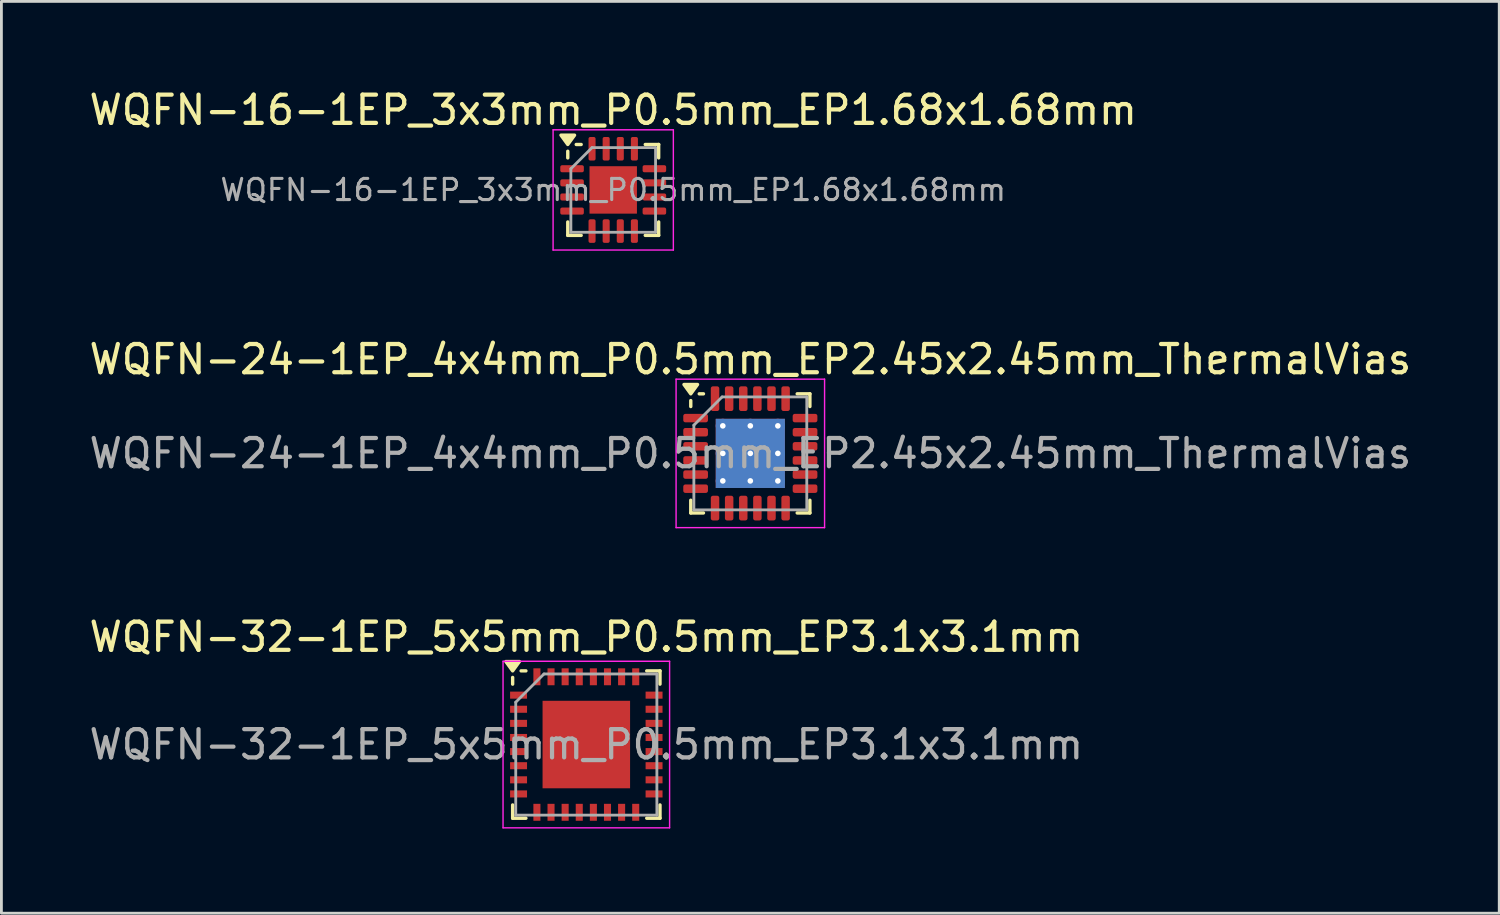
<source format=kicad_pcb>
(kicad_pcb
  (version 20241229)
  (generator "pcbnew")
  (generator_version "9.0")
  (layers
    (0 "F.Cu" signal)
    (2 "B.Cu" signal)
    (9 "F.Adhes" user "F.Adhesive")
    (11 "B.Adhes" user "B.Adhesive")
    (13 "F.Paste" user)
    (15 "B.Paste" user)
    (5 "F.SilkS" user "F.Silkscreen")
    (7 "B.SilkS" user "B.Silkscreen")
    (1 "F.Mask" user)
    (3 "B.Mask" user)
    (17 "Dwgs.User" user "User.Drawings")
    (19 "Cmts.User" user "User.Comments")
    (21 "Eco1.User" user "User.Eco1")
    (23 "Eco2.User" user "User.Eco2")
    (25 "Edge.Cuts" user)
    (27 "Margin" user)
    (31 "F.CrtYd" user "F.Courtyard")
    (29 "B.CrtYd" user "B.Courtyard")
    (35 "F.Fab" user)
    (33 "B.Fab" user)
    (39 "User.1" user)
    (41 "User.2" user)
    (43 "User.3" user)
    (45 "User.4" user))
  (footprint "WQFN-24-1EP_4x4mm_P0.5mm_EP2.45x2.45mm_ThermalVias"
    (layer "F.Cu")
    (at 23.53 13.011)
    (property "Reference" "WQFN-24-1EP_4x4mm_P0.5mm_EP2.45x2.45mm_ThermalVias" (at 0 -3.33 0) (layer "F.SilkS") (effects (font (size 1 1) (thickness 0.15))))
    (attr smd)
    (fp_line (start -2.11 -1.66) (end -2.11 -1.87) (stroke (width 0.12) (type solid)) (layer "F.SilkS"))
    (fp_line (start -2.11 2.11) (end -2.11 1.66) (stroke (width 0.12) (type solid)) (layer "F.SilkS"))
    (fp_line (start -1.66 -2.11) (end -1.81 -2.11) (stroke (width 0.12) (type solid)) (layer "F.SilkS"))
    (fp_line (start -1.66 2.11) (end -2.11 2.11) (stroke (width 0.12) (type solid)) (layer "F.SilkS"))
    (fp_line (start 1.66 -2.11) (end 2.11 -2.11) (stroke (width 0.12) (type solid)) (layer "F.SilkS"))
    (fp_line (start 1.66 2.11) (end 2.11 2.11) (stroke (width 0.12) (type solid)) (layer "F.SilkS"))
    (fp_line (start 2.11 -2.11) (end 2.11 -1.66) (stroke (width 0.12) (type solid)) (layer "F.SilkS"))
    (fp_line (start 2.11 2.11) (end 2.11 1.66) (stroke (width 0.12) (type solid)) (layer "F.SilkS"))
    (fp_poly (pts (xy -2.11 -2.11) (xy -2.35 -2.44) (xy -1.87 -2.44) (xy -2.11 -2.11)) (stroke (width 0.12) (type solid)) (fill yes) (layer "F.SilkS"))
    (fp_line (start -2.63 -2.63) (end -2.63 2.63) (stroke (width 0.05) (type solid)) (layer "F.CrtYd"))
    (fp_line (start -2.63 2.63) (end 2.63 2.63) (stroke (width 0.05) (type solid)) (layer "F.CrtYd"))
    (fp_line (start 2.63 -2.63) (end -2.63 -2.63) (stroke (width 0.05) (type solid)) (layer "F.CrtYd"))
    (fp_line (start 2.63 2.63) (end 2.63 -2.63) (stroke (width 0.05) (type solid)) (layer "F.CrtYd"))
    (fp_line (start -2 -1) (end -1 -2) (stroke (width 0.1) (type solid)) (layer "F.Fab"))
    (fp_line (start -2 2) (end -2 -1) (stroke (width 0.1) (type solid)) (layer "F.Fab"))
    (fp_line (start -1 -2) (end 2 -2) (stroke (width 0.1) (type solid)) (layer "F.Fab"))
    (fp_line (start 2 -2) (end 2 2) (stroke (width 0.1) (type solid)) (layer "F.Fab"))
    (fp_line (start 2 2) (end -2 2) (stroke (width 0.1) (type solid)) (layer "F.Fab"))
    (fp_text user "${REFERENCE}" (at 0 0 0) (layer "F.Fab") (effects (font (size 1 1) (thickness 0.15))))
    (pad "" smd roundrect (at -0.61 -0.61) (size 1.06 1.06) (layers "F.Paste") (roundrect_rratio 0.236))
    (pad "" smd roundrect (at -0.61 0.61) (size 1.06 1.06) (layers "F.Paste") (roundrect_rratio 0.236))
    (pad "" smd roundrect (at 0.61 -0.61) (size 1.06 1.06) (layers "F.Paste") (roundrect_rratio 0.236))
    (pad "" smd roundrect (at 0.61 0.61) (size 1.06 1.06) (layers "F.Paste") (roundrect_rratio 0.236))
    (pad "1" smd roundrect (at -1.938 -1.25) (size 0.875 0.3) (layers "F.Cu" "F.Mask" "F.Paste") (roundrect_rratio 0.25))
    (pad "2" smd roundrect (at -1.938 -0.75) (size 0.875 0.3) (layers "F.Cu" "F.Mask" "F.Paste") (roundrect_rratio 0.25))
    (pad "3" smd roundrect (at -1.938 -0.25) (size 0.875 0.3) (layers "F.Cu" "F.Mask" "F.Paste") (roundrect_rratio 0.25))
    (pad "4" smd roundrect (at -1.938 0.25) (size 0.875 0.3) (layers "F.Cu" "F.Mask" "F.Paste") (roundrect_rratio 0.25))
    (pad "5" smd roundrect (at -1.938 0.75) (size 0.875 0.3) (layers "F.Cu" "F.Mask" "F.Paste") (roundrect_rratio 0.25))
    (pad "6" smd roundrect (at -1.938 1.25) (size 0.875 0.3) (layers "F.Cu" "F.Mask" "F.Paste") (roundrect_rratio 0.25))
    (pad "7" smd roundrect (at -1.25 1.938) (size 0.3 0.875) (layers "F.Cu" "F.Mask" "F.Paste") (roundrect_rratio 0.25))
    (pad "8" smd roundrect (at -0.75 1.938) (size 0.3 0.875) (layers "F.Cu" "F.Mask" "F.Paste") (roundrect_rratio 0.25))
    (pad "9" smd roundrect (at -0.25 1.938) (size 0.3 0.875) (layers "F.Cu" "F.Mask" "F.Paste") (roundrect_rratio 0.25))
    (pad "10" smd roundrect (at 0.25 1.938) (size 0.3 0.875) (layers "F.Cu" "F.Mask" "F.Paste") (roundrect_rratio 0.25))
    (pad "11" smd roundrect (at 0.75 1.938) (size 0.3 0.875) (layers "F.Cu" "F.Mask" "F.Paste") (roundrect_rratio 0.25))
    (pad "12" smd roundrect (at 1.25 1.938) (size 0.3 0.875) (layers "F.Cu" "F.Mask" "F.Paste") (roundrect_rratio 0.25))
    (pad "13" smd roundrect (at 1.938 1.25) (size 0.875 0.3) (layers "F.Cu" "F.Mask" "F.Paste") (roundrect_rratio 0.25))
    (pad "14" smd roundrect (at 1.938 0.75) (size 0.875 0.3) (layers "F.Cu" "F.Mask" "F.Paste") (roundrect_rratio 0.25))
    (pad "15" smd roundrect (at 1.938 0.25) (size 0.875 0.3) (layers "F.Cu" "F.Mask" "F.Paste") (roundrect_rratio 0.25))
    (pad "16" smd roundrect (at 1.938 -0.25) (size 0.875 0.3) (layers "F.Cu" "F.Mask" "F.Paste") (roundrect_rratio 0.25))
    (pad "17" smd roundrect (at 1.938 -0.75) (size 0.875 0.3) (layers "F.Cu" "F.Mask" "F.Paste") (roundrect_rratio 0.25))
    (pad "18" smd roundrect (at 1.938 -1.25) (size 0.875 0.3) (layers "F.Cu" "F.Mask" "F.Paste") (roundrect_rratio 0.25))
    (pad "19" smd roundrect (at 1.25 -1.938) (size 0.3 0.875) (layers "F.Cu" "F.Mask" "F.Paste") (roundrect_rratio 0.25))
    (pad "20" smd roundrect (at 0.75 -1.938) (size 0.3 0.875) (layers "F.Cu" "F.Mask" "F.Paste") (roundrect_rratio 0.25))
    (pad "21" smd roundrect (at 0.25 -1.938) (size 0.3 0.875) (layers "F.Cu" "F.Mask" "F.Paste") (roundrect_rratio 0.25))
    (pad "22" smd roundrect (at -0.25 -1.938) (size 0.3 0.875) (layers "F.Cu" "F.Mask" "F.Paste") (roundrect_rratio 0.25))
    (pad "23" smd roundrect (at -0.75 -1.938) (size 0.3 0.875) (layers "F.Cu" "F.Mask" "F.Paste") (roundrect_rratio 0.25))
    (pad "24" smd roundrect (at -1.25 -1.938) (size 0.3 0.875) (layers "F.Cu" "F.Mask" "F.Paste") (roundrect_rratio 0.25))
    (pad "25" thru_hole circle (at -0.975 -0.975) (size 0.5 0.5) (drill 0.2) (property pad_prop_heatsink) (layers "*.Cu"))
    (pad "25" thru_hole circle (at -0.975 0) (size 0.5 0.5) (drill 0.2) (property pad_prop_heatsink) (layers "*.Cu"))
    (pad "25" thru_hole circle (at -0.975 0.975) (size 0.5 0.5) (drill 0.2) (property pad_prop_heatsink) (layers "*.Cu"))
    (pad "25" thru_hole circle (at 0 -0.975) (size 0.5 0.5) (drill 0.2) (property pad_prop_heatsink) (layers "*.Cu"))
    (pad "25" thru_hole circle (at 0 0) (size 0.5 0.5) (drill 0.2) (property pad_prop_heatsink) (layers "*.Cu"))
    (pad "25" smd rect (at 0 0) (size 2.45 2.45) (property pad_prop_heatsink) (layers "F.Cu" "F.Mask"))
    (pad "25" smd rect (at 0 0) (size 2.45 2.45) (property pad_prop_heatsink) (layers "B.Cu"))
    (pad "25" thru_hole circle (at 0 0.975) (size 0.5 0.5) (drill 0.2) (property pad_prop_heatsink) (layers "*.Cu"))
    (pad "25" thru_hole circle (at 0.975 -0.975) (size 0.5 0.5) (drill 0.2) (property pad_prop_heatsink) (layers "*.Cu"))
    (pad "25" thru_hole circle (at 0.975 0) (size 0.5 0.5) (drill 0.2) (property pad_prop_heatsink) (layers "*.Cu"))
    (pad "25" thru_hole circle (at 0.975 0.975) (size 0.5 0.5) (drill 0.2) (property pad_prop_heatsink) (layers "*.Cu")))
  (footprint "WQFN-32-1EP_5x5mm_P0.5mm_EP3.1x3.1mm"
    (layer "F.Cu")
    (at 17.72 23.325)
    (property "Reference" "WQFN-32-1EP_5x5mm_P0.5mm_EP3.1x3.1mm" (at 0 -3.81 0) (layer "F.SilkS") (effects (font (size 1 1) (thickness 0.15))))
    (attr smd)
    (fp_line (start -2.61 -2.14) (end -2.61 -2.377) (stroke (width 0.12) (type solid)) (layer "F.SilkS"))
    (fp_line (start -2.61 2.61) (end -2.61 2.14) (stroke (width 0.12) (type solid)) (layer "F.SilkS"))
    (fp_line (start -2.14 -2.61) (end -2.31 -2.61) (stroke (width 0.12) (type solid)) (layer "F.SilkS"))
    (fp_line (start -2.14 2.61) (end -2.61 2.61) (stroke (width 0.12) (type solid)) (layer "F.SilkS"))
    (fp_line (start 2.14 -2.61) (end 2.61 -2.61) (stroke (width 0.12) (type solid)) (layer "F.SilkS"))
    (fp_line (start 2.61 -2.61) (end 2.61 -2.14) (stroke (width 0.12) (type solid)) (layer "F.SilkS"))
    (fp_line (start 2.61 2.14) (end 2.61 2.61) (stroke (width 0.12) (type solid)) (layer "F.SilkS"))
    (fp_line (start 2.61 2.61) (end 2.14 2.61) (stroke (width 0.12) (type solid)) (layer "F.SilkS"))
    (fp_poly (pts (xy -2.61 -2.61) (xy -2.85 -2.94) (xy -2.37 -2.94) (xy -2.61 -2.61)) (stroke (width 0.12) (type solid)) (fill yes) (layer "F.SilkS"))
    (fp_line (start -2.95 -2.95) (end 2.95 -2.95) (stroke (width 0.05) (type solid)) (layer "F.CrtYd"))
    (fp_line (start -2.95 2.95) (end -2.95 -2.95) (stroke (width 0.05) (type solid)) (layer "F.CrtYd"))
    (fp_line (start 2.95 -2.95) (end 2.95 2.95) (stroke (width 0.05) (type solid)) (layer "F.CrtYd"))
    (fp_line (start 2.95 2.95) (end -2.95 2.95) (stroke (width 0.05) (type solid)) (layer "F.CrtYd"))
    (fp_line (start -2.5 -1.5) (end -2.5 2.5) (stroke (width 0.1) (type solid)) (layer "F.Fab"))
    (fp_line (start -1.5 -2.5) (end -2.5 -1.5) (stroke (width 0.1) (type solid)) (layer "F.Fab"))
    (fp_line (start 2.5 -2.5) (end -1.5 -2.5) (stroke (width 0.1) (type solid)) (layer "F.Fab"))
    (fp_line (start 2.5 -2.5) (end 2.5 2.5) (stroke (width 0.1) (type solid)) (layer "F.Fab"))
    (fp_line (start 2.5 2.5) (end -2.5 2.5) (stroke (width 0.1) (type solid)) (layer "F.Fab"))
    (fp_text user "${REFERENCE}" (at 0 0 0) (layer "F.Fab") (effects (font (size 1 1) (thickness 0.15))))
    (pad "" smd rect (at -0.775 -0.775) (size 1.23 1.23) (layers "F.Paste"))
    (pad "" smd rect (at -0.775 0.775) (size 1.23 1.23) (layers "F.Paste"))
    (pad "" smd rect (at 0.775 -0.775) (size 1.23 1.23) (layers "F.Paste"))
    (pad "" smd rect (at 0.775 0.775) (size 1.23 1.23) (layers "F.Paste"))
    (pad "1" smd rect (at -2.4 -1.75 90) (size 0.25 0.6) (layers "F.Cu" "F.Mask" "F.Paste"))
    (pad "2" smd rect (at -2.4 -1.25 90) (size 0.25 0.6) (layers "F.Cu" "F.Mask" "F.Paste"))
    (pad "3" smd rect (at -2.4 -0.75 90) (size 0.25 0.6) (layers "F.Cu" "F.Mask" "F.Paste"))
    (pad "4" smd rect (at -2.4 -0.25 90) (size 0.25 0.6) (layers "F.Cu" "F.Mask" "F.Paste"))
    (pad "5" smd rect (at -2.4 0.25 90) (size 0.25 0.6) (layers "F.Cu" "F.Mask" "F.Paste"))
    (pad "6" smd rect (at -2.4 0.75 90) (size 0.25 0.6) (layers "F.Cu" "F.Mask" "F.Paste"))
    (pad "7" smd rect (at -2.4 1.25 90) (size 0.25 0.6) (layers "F.Cu" "F.Mask" "F.Paste"))
    (pad "8" smd rect (at -2.4 1.75 90) (size 0.25 0.6) (layers "F.Cu" "F.Mask" "F.Paste"))
    (pad "9" smd rect (at -1.75 2.4) (size 0.25 0.6) (layers "F.Cu" "F.Mask" "F.Paste"))
    (pad "10" smd rect (at -1.25 2.4) (size 0.25 0.6) (layers "F.Cu" "F.Mask" "F.Paste"))
    (pad "11" smd rect (at -0.75 2.4) (size 0.25 0.6) (layers "F.Cu" "F.Mask" "F.Paste"))
    (pad "12" smd rect (at -0.25 2.4) (size 0.25 0.6) (layers "F.Cu" "F.Mask" "F.Paste"))
    (pad "13" smd rect (at 0.25 2.4) (size 0.25 0.6) (layers "F.Cu" "F.Mask" "F.Paste"))
    (pad "14" smd rect (at 0.75 2.4) (size 0.25 0.6) (layers "F.Cu" "F.Mask" "F.Paste"))
    (pad "15" smd rect (at 1.25 2.4) (size 0.25 0.6) (layers "F.Cu" "F.Mask" "F.Paste"))
    (pad "16" smd rect (at 1.75 2.4) (size 0.25 0.6) (layers "F.Cu" "F.Mask" "F.Paste"))
    (pad "17" smd rect (at 2.4 1.75 90) (size 0.25 0.6) (layers "F.Cu" "F.Mask" "F.Paste"))
    (pad "18" smd rect (at 2.4 1.25 90) (size 0.25 0.6) (layers "F.Cu" "F.Mask" "F.Paste"))
    (pad "19" smd rect (at 2.4 0.75 90) (size 0.25 0.6) (layers "F.Cu" "F.Mask" "F.Paste"))
    (pad "20" smd rect (at 2.4 0.25 90) (size 0.25 0.6) (layers "F.Cu" "F.Mask" "F.Paste"))
    (pad "21" smd rect (at 2.4 -0.25 90) (size 0.25 0.6) (layers "F.Cu" "F.Mask" "F.Paste"))
    (pad "22" smd rect (at 2.4 -0.75 90) (size 0.25 0.6) (layers "F.Cu" "F.Mask" "F.Paste"))
    (pad "23" smd rect (at 2.4 -1.25 90) (size 0.25 0.6) (layers "F.Cu" "F.Mask" "F.Paste"))
    (pad "24" smd rect (at 2.4 -1.75 90) (size 0.25 0.6) (layers "F.Cu" "F.Mask" "F.Paste"))
    (pad "25" smd rect (at 1.75 -2.4) (size 0.25 0.6) (layers "F.Cu" "F.Mask" "F.Paste"))
    (pad "26" smd rect (at 1.25 -2.4) (size 0.25 0.6) (layers "F.Cu" "F.Mask" "F.Paste"))
    (pad "27" smd rect (at 0.75 -2.4) (size 0.25 0.6) (layers "F.Cu" "F.Mask" "F.Paste"))
    (pad "28" smd rect (at 0.25 -2.4) (size 0.25 0.6) (layers "F.Cu" "F.Mask" "F.Paste"))
    (pad "29" smd rect (at -0.25 -2.4) (size 0.25 0.6) (layers "F.Cu" "F.Mask" "F.Paste"))
    (pad "30" smd rect (at -0.75 -2.4) (size 0.25 0.6) (layers "F.Cu" "F.Mask" "F.Paste"))
    (pad "31" smd rect (at -1.25 -2.4) (size 0.25 0.6) (layers "F.Cu" "F.Mask" "F.Paste"))
    (pad "32" smd rect (at -1.75 -2.4) (size 0.25 0.6) (layers "F.Cu" "F.Mask" "F.Paste"))
    (pad "33" smd rect (at 0 0) (size 3.1 3.1) (layers "F.Cu" "F.Mask")))
  (footprint "WQFN-16-1EP_3x3mm_P0.5mm_EP1.68x1.68mm"
    (layer "F.Cu")
    (at 18.673 3.678)
    (property "Reference" "WQFN-16-1EP_3x3mm_P0.5mm_EP1.68x1.68mm" (at 0 -2.83 0) (layer "F.SilkS") (effects (font (size 1 1) (thickness 0.15))))
    (attr smd)
    (fp_line (start -1.61 -1.135) (end -1.61 -1.37) (stroke (width 0.12) (type solid)) (layer "F.SilkS"))
    (fp_line (start -1.61 1.61) (end -1.61 1.135) (stroke (width 0.12) (type solid)) (layer "F.SilkS"))
    (fp_line (start -1.135 -1.61) (end -1.31 -1.61) (stroke (width 0.12) (type solid)) (layer "F.SilkS"))
    (fp_line (start -1.135 1.61) (end -1.61 1.61) (stroke (width 0.12) (type solid)) (layer "F.SilkS"))
    (fp_line (start 1.135 -1.61) (end 1.61 -1.61) (stroke (width 0.12) (type solid)) (layer "F.SilkS"))
    (fp_line (start 1.135 1.61) (end 1.61 1.61) (stroke (width 0.12) (type solid)) (layer "F.SilkS"))
    (fp_line (start 1.61 -1.61) (end 1.61 -1.135) (stroke (width 0.12) (type solid)) (layer "F.SilkS"))
    (fp_line (start 1.61 1.61) (end 1.61 1.135) (stroke (width 0.12) (type solid)) (layer "F.SilkS"))
    (fp_poly (pts (xy -1.61 -1.61) (xy -1.85 -1.94) (xy -1.37 -1.94) (xy -1.61 -1.61)) (stroke (width 0.12) (type solid)) (fill yes) (layer "F.SilkS"))
    (fp_line (start -2.13 -2.13) (end -2.13 2.13) (stroke (width 0.05) (type solid)) (layer "F.CrtYd"))
    (fp_line (start -2.13 2.13) (end 2.13 2.13) (stroke (width 0.05) (type solid)) (layer "F.CrtYd"))
    (fp_line (start 2.13 -2.13) (end -2.13 -2.13) (stroke (width 0.05) (type solid)) (layer "F.CrtYd"))
    (fp_line (start 2.13 2.13) (end 2.13 -2.13) (stroke (width 0.05) (type solid)) (layer "F.CrtYd"))
    (fp_line (start -1.5 -0.75) (end -0.75 -1.5) (stroke (width 0.1) (type solid)) (layer "F.Fab"))
    (fp_line (start -1.5 1.5) (end -1.5 -0.75) (stroke (width 0.1) (type solid)) (layer "F.Fab"))
    (fp_line (start -0.75 -1.5) (end 1.5 -1.5) (stroke (width 0.1) (type solid)) (layer "F.Fab"))
    (fp_line (start 1.5 -1.5) (end 1.5 1.5) (stroke (width 0.1) (type solid)) (layer "F.Fab"))
    (fp_line (start 1.5 1.5) (end -1.5 1.5) (stroke (width 0.1) (type solid)) (layer "F.Fab"))
    (fp_text user "${REFERENCE}" (at 0 0 0) (layer "F.Fab") (effects (font (size 0.75 0.75) (thickness 0.11))))
    (pad "" smd roundrect (at -0.42 -0.42) (size 0.68 0.68) (layers "F.Paste") (roundrect_rratio 0.25))
    (pad "" smd roundrect (at -0.42 0.42) (size 0.68 0.68) (layers "F.Paste") (roundrect_rratio 0.25))
    (pad "" smd roundrect (at 0.42 -0.42) (size 0.68 0.68) (layers "F.Paste") (roundrect_rratio 0.25))
    (pad "" smd roundrect (at 0.42 0.42) (size 0.68 0.68) (layers "F.Paste") (roundrect_rratio 0.25))
    (pad "1" smd roundrect (at -1.458 -0.75) (size 0.835 0.25) (layers "F.Cu" "F.Mask" "F.Paste") (roundrect_rratio 0.25))
    (pad "2" smd roundrect (at -1.458 -0.25) (size 0.835 0.25) (layers "F.Cu" "F.Mask" "F.Paste") (roundrect_rratio 0.25))
    (pad "3" smd roundrect (at -1.458 0.25) (size 0.835 0.25) (layers "F.Cu" "F.Mask" "F.Paste") (roundrect_rratio 0.25))
    (pad "4" smd roundrect (at -1.458 0.75) (size 0.835 0.25) (layers "F.Cu" "F.Mask" "F.Paste") (roundrect_rratio 0.25))
    (pad "5" smd roundrect (at -0.75 1.458) (size 0.25 0.835) (layers "F.Cu" "F.Mask" "F.Paste") (roundrect_rratio 0.25))
    (pad "6" smd roundrect (at -0.25 1.458) (size 0.25 0.835) (layers "F.Cu" "F.Mask" "F.Paste") (roundrect_rratio 0.25))
    (pad "7" smd roundrect (at 0.25 1.458) (size 0.25 0.835) (layers "F.Cu" "F.Mask" "F.Paste") (roundrect_rratio 0.25))
    (pad "8" smd roundrect (at 0.75 1.458) (size 0.25 0.835) (layers "F.Cu" "F.Mask" "F.Paste") (roundrect_rratio 0.25))
    (pad "9" smd roundrect (at 1.458 0.75) (size 0.835 0.25) (layers "F.Cu" "F.Mask" "F.Paste") (roundrect_rratio 0.25))
    (pad "10" smd roundrect (at 1.458 0.25) (size 0.835 0.25) (layers "F.Cu" "F.Mask" "F.Paste") (roundrect_rratio 0.25))
    (pad "11" smd roundrect (at 1.458 -0.25) (size 0.835 0.25) (layers "F.Cu" "F.Mask" "F.Paste") (roundrect_rratio 0.25))
    (pad "12" smd roundrect (at 1.458 -0.75) (size 0.835 0.25) (layers "F.Cu" "F.Mask" "F.Paste") (roundrect_rratio 0.25))
    (pad "13" smd roundrect (at 0.75 -1.458) (size 0.25 0.835) (layers "F.Cu" "F.Mask" "F.Paste") (roundrect_rratio 0.25))
    (pad "14" smd roundrect (at 0.25 -1.458) (size 0.25 0.835) (layers "F.Cu" "F.Mask" "F.Paste") (roundrect_rratio 0.25))
    (pad "15" smd roundrect (at -0.25 -1.458) (size 0.25 0.835) (layers "F.Cu" "F.Mask" "F.Paste") (roundrect_rratio 0.25))
    (pad "16" smd roundrect (at -0.75 -1.458) (size 0.25 0.835) (layers "F.Cu" "F.Mask" "F.Paste") (roundrect_rratio 0.25))
    (pad "17" smd rect (at 0 0) (size 1.68 1.68) (property pad_prop_heatsink) (layers "F.Cu" "F.Mask")))
  (gr_rect
    (start -3 -3)
    (end 50.06 29.3)
    (stroke (width 0.1) (type default))
    (fill no)
    (layer "Edge.Cuts")))
</source>
